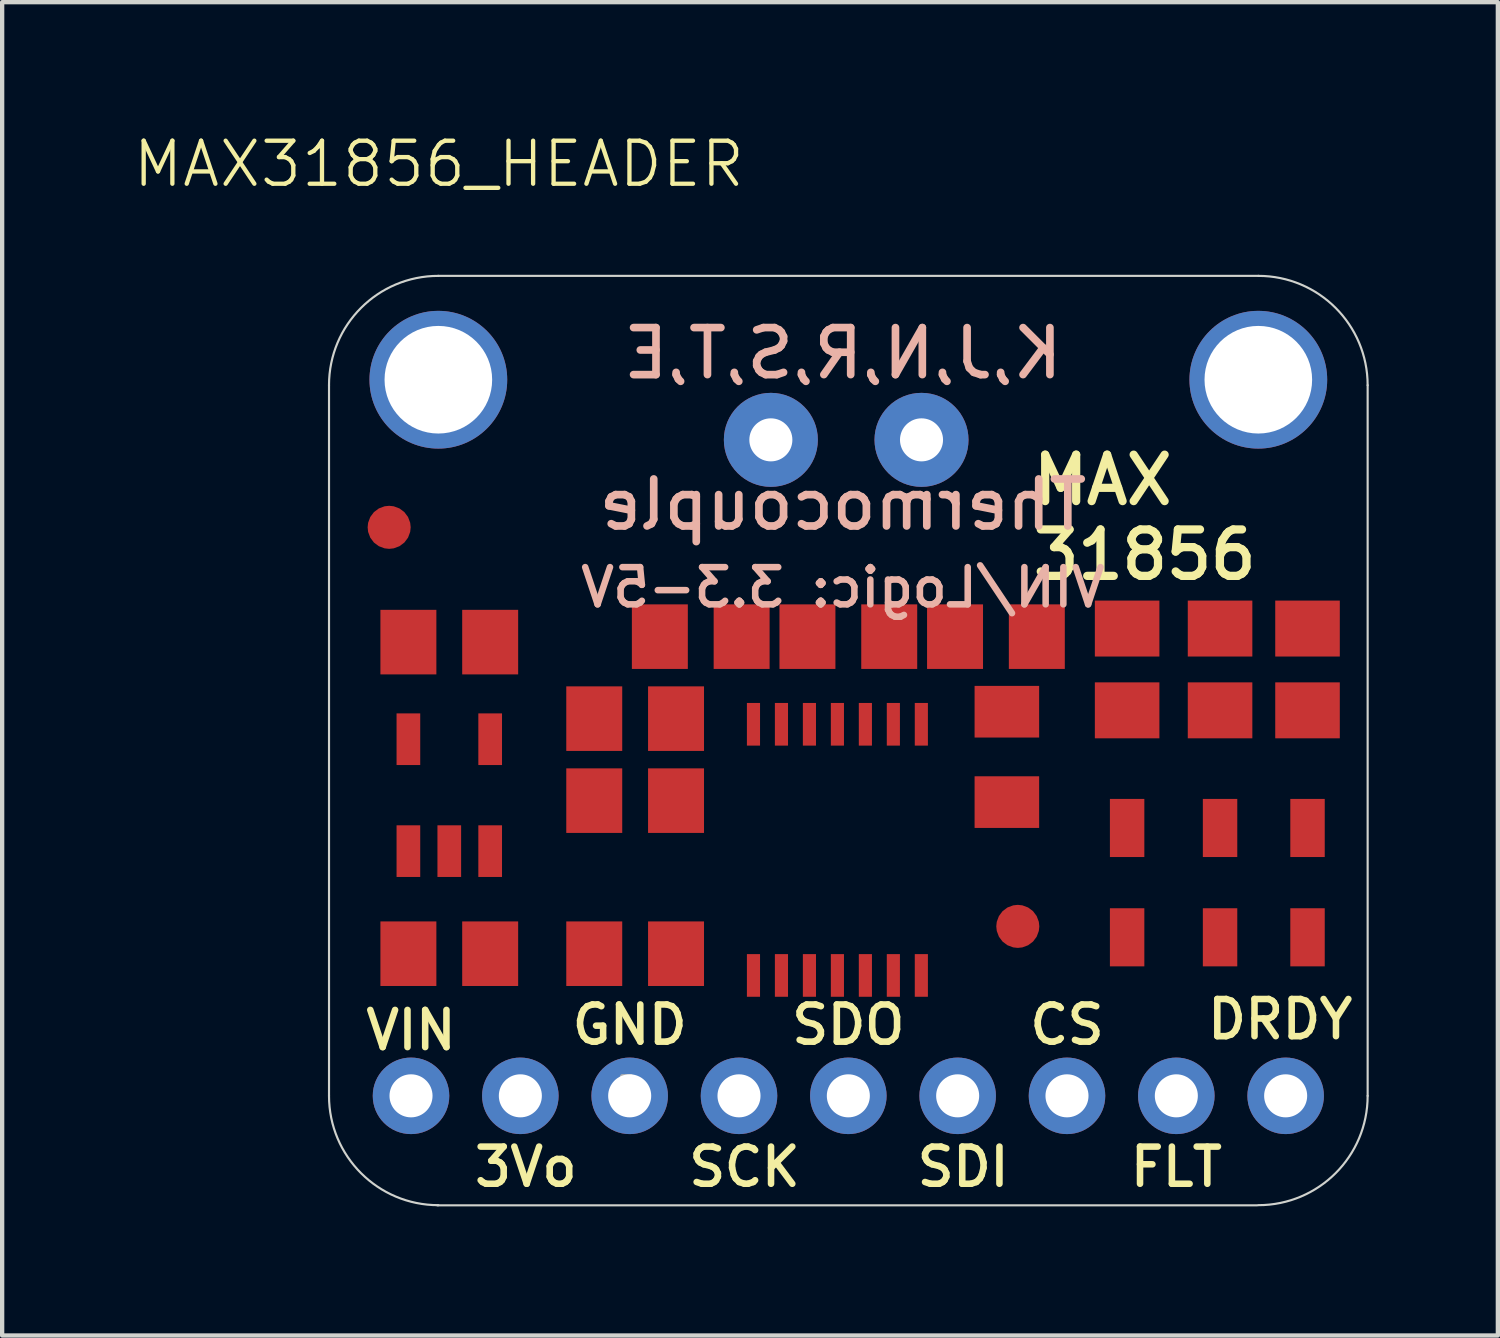
<source format=kicad_pcb>
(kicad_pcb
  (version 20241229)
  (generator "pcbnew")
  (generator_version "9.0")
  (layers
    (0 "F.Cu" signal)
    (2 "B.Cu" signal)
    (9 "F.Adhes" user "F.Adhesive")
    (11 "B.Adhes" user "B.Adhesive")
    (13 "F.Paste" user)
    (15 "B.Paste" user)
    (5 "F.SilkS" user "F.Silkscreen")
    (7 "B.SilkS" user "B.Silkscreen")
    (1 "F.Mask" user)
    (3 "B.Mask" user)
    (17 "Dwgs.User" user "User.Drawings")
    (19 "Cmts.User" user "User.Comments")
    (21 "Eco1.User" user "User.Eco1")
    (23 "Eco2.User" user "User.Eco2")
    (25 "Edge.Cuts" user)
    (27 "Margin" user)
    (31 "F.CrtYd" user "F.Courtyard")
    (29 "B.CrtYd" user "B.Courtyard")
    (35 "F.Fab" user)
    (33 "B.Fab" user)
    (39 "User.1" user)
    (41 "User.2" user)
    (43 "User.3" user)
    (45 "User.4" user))
  (footprint "MAX31856_HEADER"
    (layer "F.Cu")
    (at 7.145 5.761)
    (property "Reference" "MAX31856_HEADER" (at 0 -5 0) (unlocked yes) (layer "F.SilkS") (effects (font (size 1 1) (thickness 0.1))))
    (attr through_hole)
    (fp_line (start -2.551 16.648) (end -2.551 0.138) (stroke (width 0.05) (type solid)) (layer "Edge.Cuts"))
    (fp_line (start -0.011 -2.402) (end 19.039 -2.402) (stroke (width 0.05) (type solid)) (layer "Edge.Cuts"))
    (fp_line (start 19.013 19.192) (end -0.037 19.192) (stroke (width 0.05) (type solid)) (layer "Edge.Cuts"))
    (fp_line (start 21.579 0.138) (end 21.579 16.648) (stroke (width 0.05) (type solid)) (layer "Edge.Cuts"))
    (fp_arc (start -2.551314 0.138314) (mid -1.807365 -1.657737) (end -0.011314 -2.401686) (stroke (width 0.05) (type solid)) (layer "Edge.Cuts"))
    (fp_arc (start -0.011314 19.188314) (mid -1.807365 18.444365) (end -2.551314 16.648314) (stroke (width 0.05) (type solid)) (layer "Edge.Cuts"))
    (fp_arc (start 19.038686 -2.401686) (mid 20.834737 -1.657737) (end 21.578686 0.138314) (stroke (width 0.05) (type solid)) (layer "Edge.Cuts"))
    (fp_arc (start 21.578686 16.648314) (mid 20.834737 18.444365) (end 19.038686 19.188314) (stroke (width 0.05) (type solid)) (layer "Edge.Cuts"))
    (fp_poly (pts (xy 4.261 17.033) (xy 4.464 17.033) (xy 4.464 16.194) (xy 4.261 16.194)) (stroke (width 0.1) (type default)) (fill no) (layer "F.Fab"))
    (fp_text user "MAX\n31856" (at 13.705 4.71 0) (unlocked yes) (layer "F.SilkS") (effects (font (size 1.079 1.079) (thickness 0.191)) (justify left bottom)))
    (fp_text user "CS" (at 14.594 14.997 0) (unlocked yes) (layer "F.SilkS") (effects (font (size 0.864 0.864) (thickness 0.152))))
    (fp_text user "FLT" (at 17.134 18.299 0) (unlocked yes) (layer "F.SilkS") (effects (font (size 0.864 0.864) (thickness 0.152))))
    (fp_text user "3Vo" (at 2.021 18.299 0) (unlocked yes) (layer "F.SilkS") (effects (font (size 0.864 0.864) (thickness 0.152))))
    (fp_text user "VIN" (at -0.646 15.124 0) (unlocked yes) (layer "F.SilkS") (effects (font (size 0.864 0.864) (thickness 0.152))))
    (fp_text user "GND" (at 4.434 14.997 0) (unlocked yes) (layer "F.SilkS") (effects (font (size 0.864 0.864) (thickness 0.152))))
    (fp_text user "SDO" (at 9.514 14.997 0) (unlocked yes) (layer "F.SilkS") (effects (font (size 0.864 0.864) (thickness 0.152))))
    (fp_text user "SDI" (at 12.181 18.299 0) (unlocked yes) (layer "F.SilkS") (effects (font (size 0.864 0.864) (thickness 0.152))))
    (fp_text user "SCK" (at 7.101 18.299 0) (unlocked yes) (layer "F.SilkS") (effects (font (size 0.864 0.864) (thickness 0.152))))
    (fp_text user "DRDY" (at 19.547 14.87 0) (unlocked yes) (layer "F.SilkS") (effects (font (size 0.864 0.864) (thickness 0.152))))
    (fp_text user "K,J,N,R,S,T,E\n\nThermocouple" (at 9.387 1.154 0) (unlocked yes) (layer "B.SilkS") (effects (font (size 1.092 1.092) (thickness 0.178)) (justify mirror)))
    (fp_text user "VIN/Logic: 3.3-5V" (at 9.387 4.837 0) (unlocked yes) (layer "B.SilkS") (effects (font (size 0.864 0.864) (thickness 0.152)) (justify mirror)))
    (pad "1" smd roundrect (at -1.154 3.44) (size 1 1) (layers "F.Cu" "F.Mask") (roundrect_rratio 0.5))
    (pad "1" smd rect (at -0.707 6.107) (size 1.3 1.5) (layers "F.Cu" "F.Mask" "F.Paste"))
    (pad "1" smd rect (at -0.707 10.963) (size 0.55 1.2) (layers "F.Cu" "F.Mask" "F.Paste"))
    (pad "1" smd rect (at -0.707 13.346) (size 1.3 1.5) (layers "F.Cu" "F.Mask" "F.Paste"))
    (pad "1" smd rect (at 5.135 5.98) (size 1.3 1.5) (layers "F.Cu" "F.Mask" "F.Paste"))
    (pad "1" smd rect (at 5.511 7.885 180) (size 1.3 1.5) (layers "F.Cu" "F.Mask" "F.Paste"))
    (pad "1" smd rect (at 5.511 9.79 180) (size 1.3 1.5) (layers "F.Cu" "F.Mask" "F.Paste"))
    (pad "1" smd rect (at 5.511 13.346 180) (size 1.3 1.5) (layers "F.Cu" "F.Mask" "F.Paste"))
    (pad "1" thru_hole circle (at 7.714 1.408 180) (size 2.184 2.184) (drill 1) (layers "*.Cu" "*.Mask"))
    (pad "1" smd rect (at 10.464 5.98 180) (size 1.3 1.5) (layers "F.Cu" "F.Mask" "F.Paste"))
    (pad "1" smd rect (at 11.21 8.016 180) (size 0.305 0.991) (layers "F.Cu" "F.Mask" "F.Paste"))
    (pad "1" smd rect (at 13.197 9.824 90) (size 1.2 1.5) (layers "F.Cu" "F.Mask" "F.Paste"))
    (pad "1" smd roundrect (at 13.451 12.711) (size 1 1) (layers "F.Cu" "F.Mask") (roundrect_rratio 0.5))
    (pad "1" smd rect (at 13.893 5.98 180) (size 1.3 1.5) (layers "F.Cu" "F.Mask" "F.Paste"))
    (pad "1" smd rect (at 15.991 7.692 90) (size 1.3 1.5) (layers "F.Cu" "F.Mask" "F.Paste"))
    (pad "1" smd rect (at 18.15 7.692 90) (size 1.3 1.5) (layers "F.Cu" "F.Mask" "F.Paste"))
    (pad "1" thru_hole circle (at 19.674 16.648 270) (size 1.778 1.778) (drill 1) (layers "*.Cu" "*.Mask"))
    (pad "1" smd rect (at 20.182 7.692 90) (size 1.3 1.5) (layers "F.Cu" "F.Mask" "F.Paste"))
    (pad "2" smd rect (at 0.243 10.963) (size 0.55 1.2) (layers "F.Cu" "F.Mask" "F.Paste"))
    (pad "2" smd rect (at 1.193 6.107) (size 1.3 1.5) (layers "F.Cu" "F.Mask" "F.Paste"))
    (pad "2" smd rect (at 1.193 13.346) (size 1.3 1.5) (layers "F.Cu" "F.Mask" "F.Paste"))
    (pad "2" smd rect (at 3.611 7.885 180) (size 1.3 1.5) (layers "F.Cu" "F.Mask" "F.Paste"))
    (pad "2" smd rect (at 3.611 9.79 180) (size 1.3 1.5) (layers "F.Cu" "F.Mask" "F.Paste"))
    (pad "2" smd rect (at 3.611 13.346 180) (size 1.3 1.5) (layers "F.Cu" "F.Mask" "F.Paste"))
    (pad "2" smd rect (at 7.035 5.98) (size 1.3 1.5) (layers "F.Cu" "F.Mask" "F.Paste"))
    (pad "2" smd rect (at 8.564 5.98 180) (size 1.3 1.5) (layers "F.Cu" "F.Mask" "F.Paste"))
    (pad "2" smd rect (at 10.56 8.016 180) (size 0.305 0.991) (layers "F.Cu" "F.Mask" "F.Paste"))
    (pad "2" thru_hole circle (at 11.214 1.408 180) (size 2.184 2.184) (drill 1) (layers "*.Cu" "*.Mask"))
    (pad "2" smd rect (at 11.993 5.98 180) (size 1.3 1.5) (layers "F.Cu" "F.Mask" "F.Paste"))
    (pad "2" smd rect (at 13.197 7.724 90) (size 1.2 1.5) (layers "F.Cu" "F.Mask" "F.Paste"))
    (pad "2" smd rect (at 15.991 5.792 90) (size 1.3 1.5) (layers "F.Cu" "F.Mask" "F.Paste"))
    (pad "2" thru_hole circle (at 17.134 16.648 270) (size 1.778 1.778) (drill 1) (layers "*.Cu" "*.Mask"))
    (pad "2" smd rect (at 18.15 5.792 90) (size 1.3 1.5) (layers "F.Cu" "F.Mask" "F.Paste"))
    (pad "2" smd rect (at 20.182 5.792 90) (size 1.3 1.5) (layers "F.Cu" "F.Mask" "F.Paste"))
    (pad "3" smd rect (at 1.193 10.963) (size 0.55 1.2) (layers "F.Cu" "F.Mask" "F.Paste"))
    (pad "3" smd rect (at 9.91 8.016 180) (size 0.305 0.991) (layers "F.Cu" "F.Mask" "F.Paste"))
    (pad "3" thru_hole circle (at 14.594 16.648 270) (size 1.778 1.778) (drill 1) (layers "*.Cu" "*.Mask"))
    (pad "4" smd rect (at 1.193 8.363) (size 0.55 1.2) (layers "F.Cu" "F.Mask" "F.Paste"))
    (pad "4" smd rect (at 9.26 8.016 180) (size 0.305 0.991) (layers "F.Cu" "F.Mask" "F.Paste"))
    (pad "4" thru_hole circle (at 12.054 16.648 270) (size 1.778 1.778) (drill 1) (layers "*.Cu" "*.Mask"))
    (pad "5" smd rect (at -0.707 8.363) (size 0.55 1.2) (layers "F.Cu" "F.Mask" "F.Paste"))
    (pad "5" smd rect (at 8.61 8.016 180) (size 0.305 0.991) (layers "F.Cu" "F.Mask" "F.Paste"))
    (pad "5" thru_hole circle (at 9.514 16.648 270) (size 1.778 1.778) (drill 1) (layers "*.Cu" "*.Mask"))
    (pad "6" thru_hole circle (at 6.974 16.648 270) (size 1.778 1.778) (drill 1) (layers "*.Cu" "*.Mask"))
    (pad "6" smd rect (at 7.96 8.016 180) (size 0.305 0.991) (layers "F.Cu" "F.Mask" "F.Paste"))
    (pad "7" thru_hole circle (at 4.434 16.648 270) (size 1.778 1.778) (drill 1) (layers "*.Cu" "*.Mask"))
    (pad "7" smd rect (at 7.31 8.016 180) (size 0.305 0.991) (layers "F.Cu" "F.Mask" "F.Paste"))
    (pad "8" thru_hole circle (at 1.894 16.648 270) (size 1.778 1.778) (drill 1) (layers "*.Cu" "*.Mask"))
    (pad "8" smd rect (at 7.31 13.851 180) (size 0.305 0.991) (layers "F.Cu" "F.Mask" "F.Paste"))
    (pad "9" thru_hole circle (at -0.646 16.648 270) (size 1.778 1.778) (drill 1) (layers "*.Cu" "*.Mask"))
    (pad "9" smd rect (at 7.96 13.851 180) (size 0.305 0.991) (layers "F.Cu" "F.Mask" "F.Paste"))
    (pad "10" smd rect (at 8.61 13.851 180) (size 0.305 0.991) (layers "F.Cu" "F.Mask" "F.Paste"))
    (pad "11" smd rect (at 9.26 13.851 180) (size 0.305 0.991) (layers "F.Cu" "F.Mask" "F.Paste"))
    (pad "12" smd rect (at 9.91 13.851 180) (size 0.305 0.991) (layers "F.Cu" "F.Mask" "F.Paste"))
    (pad "13" smd rect (at 10.56 13.851 180) (size 0.305 0.991) (layers "F.Cu" "F.Mask" "F.Paste"))
    (pad "14" smd rect (at 11.21 13.851 180) (size 0.305 0.991) (layers "F.Cu" "F.Mask" "F.Paste"))
    (pad "A" smd rect (at 15.991 10.425 90) (size 1.35 0.8) (layers "F.Cu" "F.Mask" "F.Paste"))
    (pad "A" smd rect (at 18.15 10.425 90) (size 1.35 0.8) (layers "F.Cu" "F.Mask" "F.Paste"))
    (pad "A" smd rect (at 20.182 10.425 90) (size 1.35 0.8) (layers "F.Cu" "F.Mask" "F.Paste"))
    (pad "C" smd rect (at 15.991 12.965 90) (size 1.35 0.8) (layers "F.Cu" "F.Mask" "F.Paste"))
    (pad "C" smd rect (at 18.15 12.965 90) (size 1.35 0.8) (layers "F.Cu" "F.Mask" "F.Paste"))
    (pad "C" smd rect (at 20.182 12.965 90) (size 1.35 0.8) (layers "F.Cu" "F.Mask" "F.Paste"))
    (pad "P$1" thru_hole circle (at -0.011 0.011) (size 3.2 3.2) (drill 2.5) (layers "*.Cu" "*.Mask"))
    (pad "P$1" thru_hole circle (at 19.039 0.011) (size 3.2 3.2) (drill 2.5) (layers "*.Cu" "*.Mask"))
    (zone (net_name "") (layer "F.Cu") (hatch edge 0.5) (connect_pads) (min_thickness 0.25) (filled_areas_thickness no) (keepout (tracks not_allowed) (vias not_allowed) (pads not_allowed) (copperpour not_allowed) (footprints allowed)) (placement (enabled no)) (fill) (polygon (pts (xy 9.15 5.772) (xy 9.13 5.491) (xy 9.072 5.216) (xy 8.976 4.952) (xy 8.844 4.703) (xy 8.678 4.476) (xy 8.483 4.274) (xy 8.261 4.1) (xy 8.018 3.96) (xy 7.757 3.854) (xy 7.484 3.786) (xy 7.204 3.757) (xy 6.923 3.767) (xy 6.646 3.816) (xy 6.379 3.903) (xy 6.126 4.026) (xy 5.893 4.183) (xy 5.684 4.371) (xy 5.503 4.587) (xy 5.354 4.825) (xy 5.24 5.082) (xy 5.162 5.353) (xy 5.123 5.631) (xy 5.123 5.912) (xy 5.162 6.191) (xy 5.24 6.461) (xy 5.354 6.718) (xy 5.503 6.957) (xy 5.684 7.172) (xy 5.893 7.36) (xy 6.126 7.518) (xy 6.379 7.641) (xy 6.646 7.728) (xy 6.923 7.777) (xy 7.204 7.787) (xy 7.484 7.757) (xy 7.757 7.689) (xy 8.018 7.584) (xy 8.261 7.443) (xy 8.483 7.27) (xy 8.678 7.068) (xy 8.844 6.84) (xy 8.976 6.592) (xy 9.072 6.327) (xy 9.13 6.052))) (polygon (pts (xy 7.118 5.772) (xy 7.123 5.783) (xy 7.134 5.788) (xy 7.145 5.783) (xy 7.15 5.772) (xy 7.145 5.761) (xy 7.134 5.756) (xy 7.123 5.761))))
    (zone (net_name "") (layer "F.Cu") (hatch edge 0.5) (connect_pads) (min_thickness 0.25) (filled_areas_thickness no) (keepout (tracks not_allowed) (vias not_allowed) (pads not_allowed) (copperpour not_allowed) (footprints allowed)) (placement (enabled no)) (fill) (polygon (pts (xy 28.2 5.772) (xy 28.18 5.491) (xy 28.122 5.216) (xy 28.026 4.952) (xy 27.894 4.703) (xy 27.728 4.476) (xy 27.533 4.274) (xy 27.311 4.1) (xy 27.068 3.96) (xy 26.807 3.854) (xy 26.534 3.786) (xy 26.254 3.757) (xy 25.973 3.767) (xy 25.696 3.816) (xy 25.429 3.903) (xy 25.176 4.026) (xy 24.943 4.183) (xy 24.734 4.371) (xy 24.553 4.587) (xy 24.404 4.825) (xy 24.29 5.082) (xy 24.212 5.353) (xy 24.173 5.631) (xy 24.173 5.912) (xy 24.212 6.191) (xy 24.29 6.461) (xy 24.404 6.718) (xy 24.553 6.957) (xy 24.734 7.172) (xy 24.943 7.36) (xy 25.176 7.518) (xy 25.429 7.641) (xy 25.696 7.728) (xy 25.973 7.777) (xy 26.254 7.787) (xy 26.534 7.757) (xy 26.807 7.689) (xy 27.068 7.584) (xy 27.311 7.443) (xy 27.533 7.27) (xy 27.728 7.068) (xy 27.894 6.84) (xy 28.026 6.592) (xy 28.122 6.327) (xy 28.18 6.052))) (polygon (pts (xy 26.168 5.772) (xy 26.173 5.783) (xy 26.184 5.788) (xy 26.195 5.783) (xy 26.2 5.772) (xy 26.195 5.761) (xy 26.184 5.756) (xy 26.173 5.761))))
    (zone (net_name "") (layer "B.Cu") (hatch edge 0.5) (connect_pads) (min_thickness 0.25) (filled_areas_thickness no) (keepout (tracks not_allowed) (vias not_allowed) (pads not_allowed) (copperpour not_allowed) (footprints allowed)) (placement (enabled no)) (fill) (polygon (pts (xy 9.15 5.772) (xy 9.13 5.491) (xy 9.072 5.216) (xy 8.976 4.952) (xy 8.844 4.703) (xy 8.678 4.476) (xy 8.483 4.274) (xy 8.261 4.1) (xy 8.018 3.96) (xy 7.757 3.854) (xy 7.484 3.786) (xy 7.204 3.757) (xy 6.923 3.767) (xy 6.646 3.816) (xy 6.379 3.903) (xy 6.126 4.026) (xy 5.893 4.183) (xy 5.684 4.371) (xy 5.503 4.587) (xy 5.354 4.825) (xy 5.24 5.082) (xy 5.162 5.353) (xy 5.123 5.631) (xy 5.123 5.912) (xy 5.162 6.191) (xy 5.24 6.461) (xy 5.354 6.718) (xy 5.503 6.957) (xy 5.684 7.172) (xy 5.893 7.36) (xy 6.126 7.518) (xy 6.379 7.641) (xy 6.646 7.728) (xy 6.923 7.777) (xy 7.204 7.787) (xy 7.484 7.757) (xy 7.757 7.689) (xy 8.018 7.584) (xy 8.261 7.443) (xy 8.483 7.27) (xy 8.678 7.068) (xy 8.844 6.84) (xy 8.976 6.592) (xy 9.072 6.327) (xy 9.13 6.052))) (polygon (pts (xy 7.118 5.772) (xy 7.123 5.783) (xy 7.134 5.788) (xy 7.145 5.783) (xy 7.15 5.772) (xy 7.145 5.761) (xy 7.134 5.756) (xy 7.123 5.761))))
    (zone (net_name "") (layer "B.Cu") (hatch edge 0.5) (connect_pads) (min_thickness 0.25) (filled_areas_thickness no) (keepout (tracks not_allowed) (vias not_allowed) (pads not_allowed) (copperpour not_allowed) (footprints allowed)) (placement (enabled no)) (fill) (polygon (pts (xy 28.2 5.772) (xy 28.18 5.491) (xy 28.122 5.216) (xy 28.026 4.952) (xy 27.894 4.703) (xy 27.728 4.476) (xy 27.533 4.274) (xy 27.311 4.1) (xy 27.068 3.96) (xy 26.807 3.854) (xy 26.534 3.786) (xy 26.254 3.757) (xy 25.973 3.767) (xy 25.696 3.816) (xy 25.429 3.903) (xy 25.176 4.026) (xy 24.943 4.183) (xy 24.734 4.371) (xy 24.553 4.587) (xy 24.404 4.825) (xy 24.29 5.082) (xy 24.212 5.353) (xy 24.173 5.631) (xy 24.173 5.912) (xy 24.212 6.191) (xy 24.29 6.461) (xy 24.404 6.718) (xy 24.553 6.957) (xy 24.734 7.172) (xy 24.943 7.36) (xy 25.176 7.518) (xy 25.429 7.641) (xy 25.696 7.728) (xy 25.973 7.777) (xy 26.254 7.787) (xy 26.534 7.757) (xy 26.807 7.689) (xy 27.068 7.584) (xy 27.311 7.443) (xy 27.533 7.27) (xy 27.728 7.068) (xy 27.894 6.84) (xy 28.026 6.592) (xy 28.122 6.327) (xy 28.18 6.052))) (polygon (pts (xy 26.168 5.772) (xy 26.173 5.783) (xy 26.184 5.788) (xy 26.195 5.783) (xy 26.2 5.772) (xy 26.195 5.761) (xy 26.184 5.756) (xy 26.173 5.761)))))
  (gr_rect
    (start -3 -3)
    (end 31.749 27.977)
    (stroke (width 0.1) (type default))
    (fill no)
    (layer "Edge.Cuts")))
</source>
